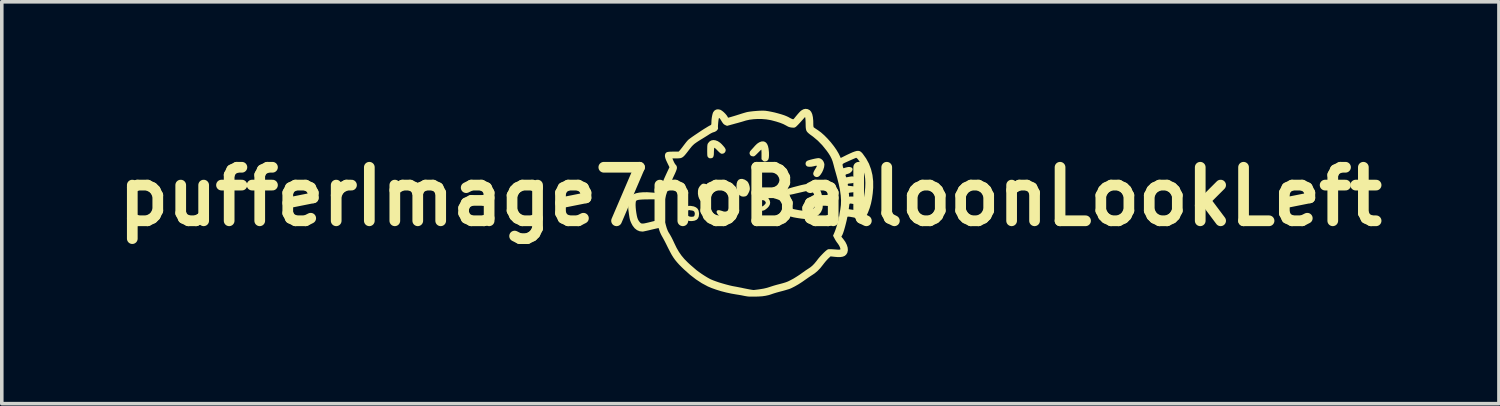
<source format=kicad_pcb>
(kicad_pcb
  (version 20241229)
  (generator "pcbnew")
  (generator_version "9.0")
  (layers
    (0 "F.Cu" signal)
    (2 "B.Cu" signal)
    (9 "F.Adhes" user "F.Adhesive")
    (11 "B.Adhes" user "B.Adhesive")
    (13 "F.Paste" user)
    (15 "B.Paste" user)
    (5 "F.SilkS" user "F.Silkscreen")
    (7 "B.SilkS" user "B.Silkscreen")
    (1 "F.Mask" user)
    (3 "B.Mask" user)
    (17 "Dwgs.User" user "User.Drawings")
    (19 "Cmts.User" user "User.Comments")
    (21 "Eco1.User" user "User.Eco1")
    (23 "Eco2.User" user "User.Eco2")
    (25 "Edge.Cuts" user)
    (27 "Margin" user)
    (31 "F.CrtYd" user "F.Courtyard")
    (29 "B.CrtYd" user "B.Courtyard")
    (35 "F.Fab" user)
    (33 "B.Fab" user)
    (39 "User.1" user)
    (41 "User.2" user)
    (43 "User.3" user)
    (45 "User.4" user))
  (footprint "pufferImage7noBalloonLookLeft"
    (layer "F.Cu")
    (at 17.979 2.459)
    (property "Reference" "pufferImage7noBalloonLookLeft" (at 0 0 0) (layer "F.SilkS") (effects (font (size 1.5 1.5) (thickness 0.3))))
    (attr board_only exclude_from_pos_files exclude_from_bom)
    (fp_poly (pts (xy -0.223 -0.495) (xy -0.155 -0.473) (xy -0.092 -0.431) (xy -0.086 -0.425) (xy -0.061 -0.392) (xy -0.039 -0.344) (xy -0.023 -0.29) (xy -0.015 -0.237) (xy -0.016 -0.199) (xy -0.027 -0.157) (xy -0.048 -0.109) (xy -0.072 -0.064) (xy -0.097 -0.031) (xy -0.101 -0.027) (xy -0.137 -0.007) (xy -0.185 0.001) (xy -0.234 -0.002) (xy -0.265 -0.013) (xy -0.313 -0.048) (xy -0.35 -0.102) (xy -0.375 -0.171) (xy -0.388 -0.253) (xy -0.39 -0.297) (xy -0.383 -0.37) (xy -0.364 -0.428) (xy -0.332 -0.469) (xy -0.288 -0.492) (xy -0.235 -0.496)) (stroke (width 0) (type solid)) (fill yes) (layer "F.SilkS"))
    (fp_poly (pts (xy -1.251 -0.353) (xy -1.205 -0.326) (xy -1.165 -0.278) (xy -1.135 -0.226) (xy -1.116 -0.185) (xy -1.105 -0.152) (xy -1.1 -0.117) (xy -1.098 -0.07) (xy -1.098 -0.056) (xy -1.099 -0.007) (xy -1.102 0.026) (xy -1.11 0.051) (xy -1.122 0.074) (xy -1.128 0.082) (xy -1.172 0.131) (xy -1.222 0.163) (xy -1.275 0.176) (xy -1.327 0.17) (xy -1.361 0.153) (xy -1.4 0.116) (xy -1.433 0.062) (xy -1.457 -0.002) (xy -1.469 -0.072) (xy -1.47 -0.084) (xy -1.469 -0.158) (xy -1.458 -0.218) (xy -1.433 -0.269) (xy -1.399 -0.311) (xy -1.37 -0.34) (xy -1.348 -0.355) (xy -1.324 -0.361) (xy -1.302 -0.362)) (stroke (width 0) (type solid)) (fill yes) (layer "F.SilkS"))
    (fp_poly (pts (xy -0.487 0.331) (xy -0.48 0.334) (xy -0.448 0.358) (xy -0.431 0.393) (xy -0.431 0.433) (xy -0.448 0.473) (xy -0.456 0.483) (xy -0.474 0.499) (xy -0.505 0.52) (xy -0.543 0.543) (xy -0.545 0.544) (xy -0.589 0.566) (xy -0.626 0.579) (xy -0.667 0.586) (xy -0.701 0.588) (xy -0.753 0.589) (xy -0.792 0.584) (xy -0.824 0.574) (xy -0.831 0.571) (xy -0.865 0.548) (xy -0.899 0.516) (xy -0.927 0.48) (xy -0.944 0.447) (xy -0.948 0.429) (xy -0.939 0.399) (xy -0.915 0.383) (xy -0.874 0.381) (xy -0.819 0.395) (xy -0.8 0.401) (xy -0.745 0.419) (xy -0.701 0.422) (xy -0.66 0.411) (xy -0.619 0.387) (xy -0.574 0.358) (xy -0.542 0.339) (xy -0.52 0.329) (xy -0.503 0.327)) (stroke (width 0) (type solid)) (fill yes) (layer "F.SilkS"))
    (fp_poly (pts (xy 1.925 -1.078) (xy 1.978 -1.059) (xy 2.022 -1.022) (xy 2.054 -0.973) (xy 2.072 -0.917) (xy 2.074 -0.892) (xy 2.066 -0.826) (xy 2.043 -0.753) (xy 2.01 -0.68) (xy 1.967 -0.614) (xy 1.936 -0.578) (xy 1.897 -0.552) (xy 1.854 -0.546) (xy 1.812 -0.559) (xy 1.791 -0.576) (xy 1.768 -0.608) (xy 1.761 -0.644) (xy 1.771 -0.687) (xy 1.798 -0.74) (xy 1.812 -0.763) (xy 1.835 -0.8) (xy 1.853 -0.832) (xy 1.862 -0.852) (xy 1.862 -0.855) (xy 1.861 -0.862) (xy 1.853 -0.865) (xy 1.836 -0.864) (xy 1.806 -0.857) (xy 1.758 -0.846) (xy 1.709 -0.837) (xy 1.658 -0.835) (xy 1.614 -0.839) (xy 1.585 -0.849) (xy 1.557 -0.878) (xy 1.546 -0.915) (xy 1.552 -0.955) (xy 1.576 -0.991) (xy 1.58 -0.995) (xy 1.601 -1.006) (xy 1.638 -1.02) (xy 1.688 -1.034) (xy 1.743 -1.048) (xy 1.8 -1.061) (xy 1.852 -1.071) (xy 1.895 -1.077) (xy 1.924 -1.078)) (stroke (width 0) (type solid)) (fill yes) (layer "F.SilkS"))
    (fp_poly (pts (xy 0.394 -1.539) (xy 0.436 -1.515) (xy 0.468 -1.475) (xy 0.493 -1.418) (xy 0.51 -1.343) (xy 0.52 -1.248) (xy 0.521 -1.231) (xy 0.522 -1.15) (xy 0.517 -1.088) (xy 0.505 -1.043) (xy 0.483 -1.012) (xy 0.452 -0.993) (xy 0.42 -0.985) (xy 0.391 -0.983) (xy 0.369 -0.992) (xy 0.346 -1.012) (xy 0.312 -1.046) (xy 0.312 -1.181) (xy 0.312 -1.233) (xy 0.31 -1.275) (xy 0.309 -1.305) (xy 0.306 -1.316) (xy 0.306 -1.316) (xy 0.297 -1.308) (xy 0.275 -1.288) (xy 0.244 -1.257) (xy 0.208 -1.221) (xy 0.167 -1.18) (xy 0.138 -1.153) (xy 0.116 -1.136) (xy 0.097 -1.128) (xy 0.079 -1.126) (xy 0.076 -1.126) (xy 0.03 -1.135) (xy -0.003 -1.159) (xy -0.021 -1.197) (xy -0.022 -1.215) (xy -0.019 -1.243) (xy -0.007 -1.269) (xy 0.018 -1.299) (xy 0.025 -1.307) (xy 0.057 -1.342) (xy 0.095 -1.384) (xy 0.129 -1.423) (xy 0.187 -1.48) (xy 0.247 -1.52) (xy 0.306 -1.543) (xy 0.362 -1.547)) (stroke (width 0) (type solid)) (fill yes) (layer "F.SilkS"))
    (fp_poly (pts (xy -1.674 0.261) (xy -1.664 0.262) (xy -1.584 0.276) (xy -1.523 0.303) (xy -1.478 0.342) (xy -1.451 0.395) (xy -1.439 0.463) (xy -1.438 0.486) (xy -1.446 0.557) (xy -1.469 0.611) (xy -1.507 0.65) (xy -1.563 0.675) (xy -1.625 0.685) (xy -1.667 0.687) (xy -1.705 0.684) (xy -1.723 0.682) (xy -1.792 0.654) (xy -1.846 0.614) (xy -1.885 0.563) (xy -1.904 0.504) (xy -1.905 0.491) (xy -1.783 0.491) (xy -1.771 0.52) (xy -1.764 0.527) (xy -1.719 0.555) (xy -1.663 0.567) (xy -1.604 0.563) (xy -1.597 0.562) (xy -1.574 0.544) (xy -1.562 0.519) (xy -1.557 0.469) (xy -1.568 0.429) (xy -1.595 0.402) (xy -1.635 0.39) (xy -1.641 0.39) (xy -1.676 0.386) (xy -1.699 0.38) (xy -1.727 0.379) (xy -1.751 0.395) (xy -1.77 0.423) (xy -1.782 0.457) (xy -1.783 0.491) (xy -1.905 0.491) (xy -1.907 0.475) (xy -1.9 0.421) (xy -1.876 0.373) (xy -1.842 0.331) (xy -1.801 0.292) (xy -1.764 0.27) (xy -1.724 0.26)) (stroke (width 0) (type solid)) (fill yes) (layer "F.SilkS"))
    (fp_poly (pts (xy -0.979 -1.577) (xy -0.914 -1.553) (xy -0.85 -1.511) (xy -0.806 -1.471) (xy -0.755 -1.415) (xy -0.719 -1.371) (xy -0.699 -1.335) (xy -0.691 -1.306) (xy -0.691 -1.302) (xy -0.701 -1.259) (xy -0.726 -1.225) (xy -0.762 -1.204) (xy -0.803 -1.2) (xy -0.823 -1.205) (xy -0.843 -1.218) (xy -0.873 -1.243) (xy -0.908 -1.277) (xy -0.927 -1.296) (xy -0.96 -1.33) (xy -0.987 -1.354) (xy -1.005 -1.367) (xy -1.011 -1.368) (xy -1.015 -1.353) (xy -1.018 -1.322) (xy -1.021 -1.278) (xy -1.022 -1.247) (xy -1.024 -1.18) (xy -1.032 -1.133) (xy -1.046 -1.101) (xy -1.068 -1.083) (xy -1.1 -1.074) (xy -1.111 -1.073) (xy -1.145 -1.074) (xy -1.17 -1.087) (xy -1.182 -1.099) (xy -1.193 -1.111) (xy -1.2 -1.124) (xy -1.205 -1.142) (xy -1.208 -1.168) (xy -1.209 -1.207) (xy -1.21 -1.263) (xy -1.21 -1.292) (xy -1.209 -1.357) (xy -1.208 -1.404) (xy -1.205 -1.438) (xy -1.201 -1.462) (xy -1.194 -1.481) (xy -1.187 -1.494) (xy -1.147 -1.542) (xy -1.098 -1.572) (xy -1.041 -1.584)) (stroke (width 0) (type solid)) (fill yes) (layer "F.SilkS"))
    (fp_poly (pts (xy 0.387 -0.024) (xy 0.446 -0.003) (xy 0.496 0.036) (xy 0.511 0.055) (xy 0.544 0.115) (xy 0.555 0.173) (xy 0.543 0.23) (xy 0.509 0.285) (xy 0.479 0.317) (xy 0.444 0.347) (xy 0.409 0.372) (xy 0.385 0.385) (xy 0.343 0.396) (xy 0.29 0.4) (xy 0.236 0.398) (xy 0.191 0.389) (xy 0.184 0.387) (xy 0.128 0.359) (xy 0.091 0.325) (xy 0.072 0.282) (xy 0.067 0.241) (xy 0.183 0.241) (xy 0.202 0.261) (xy 0.24 0.273) (xy 0.292 0.278) (xy 0.326 0.276) (xy 0.351 0.268) (xy 0.377 0.248) (xy 0.39 0.236) (xy 0.42 0.204) (xy 0.432 0.178) (xy 0.428 0.154) (xy 0.41 0.129) (xy 0.391 0.112) (xy 0.367 0.103) (xy 0.331 0.099) (xy 0.321 0.099) (xy 0.282 0.1) (xy 0.252 0.105) (xy 0.241 0.11) (xy 0.225 0.13) (xy 0.208 0.161) (xy 0.193 0.195) (xy 0.184 0.225) (xy 0.183 0.241) (xy 0.067 0.241) (xy 0.067 0.236) (xy 0.073 0.197) (xy 0.089 0.151) (xy 0.113 0.105) (xy 0.14 0.064) (xy 0.168 0.031) (xy 0.195 0.013) (xy 0.206 0.011) (xy 0.219 0.007) (xy 0.246 -0.004) (xy 0.264 -0.012) (xy 0.324 -0.028)) (stroke (width 0) (type solid)) (fill yes) (layer "F.SilkS"))
    (fp_poly (pts (xy 1.698 -0.359) (xy 1.743 -0.353) (xy 1.784 -0.34) (xy 1.823 -0.321) (xy 1.861 -0.297) (xy 1.876 -0.286) (xy 1.924 -0.238) (xy 1.963 -0.17) (xy 1.993 -0.084) (xy 2.014 0.019) (xy 2.025 0.138) (xy 2.026 0.152) (xy 2.028 0.217) (xy 2.028 0.266) (xy 2.026 0.303) (xy 2.02 0.335) (xy 2.012 0.362) (xy 1.978 0.435) (xy 1.924 0.5) (xy 1.851 0.555) (xy 1.762 0.599) (xy 1.707 0.618) (xy 1.673 0.626) (xy 1.639 0.631) (xy 1.601 0.633) (xy 1.555 0.631) (xy 1.495 0.625) (xy 1.419 0.616) (xy 1.405 0.614) (xy 1.299 0.598) (xy 1.213 0.582) (xy 1.146 0.565) (xy 1.096 0.546) (xy 1.061 0.525) (xy 1.039 0.499) (xy 1.028 0.47) (xy 1.026 0.447) (xy 1.031 0.406) (xy 1.05 0.376) (xy 1.053 0.373) (xy 1.08 0.352) (xy 1.11 0.341) (xy 1.149 0.34) (xy 1.2 0.348) (xy 1.229 0.355) (xy 1.278 0.365) (xy 1.34 0.377) (xy 1.408 0.388) (xy 1.467 0.396) (xy 1.526 0.403) (xy 1.569 0.407) (xy 1.6 0.408) (xy 1.623 0.406) (xy 1.645 0.401) (xy 1.671 0.392) (xy 1.676 0.39) (xy 1.717 0.371) (xy 1.754 0.348) (xy 1.772 0.334) (xy 1.788 0.315) (xy 1.799 0.295) (xy 1.806 0.268) (xy 1.81 0.226) (xy 1.812 0.207) (xy 1.813 0.108) (xy 1.801 0.011) (xy 1.778 -0.076) (xy 1.776 -0.081) (xy 1.75 -0.119) (xy 1.711 -0.149) (xy 1.666 -0.165) (xy 1.648 -0.167) (xy 1.629 -0.165) (xy 1.592 -0.158) (xy 1.542 -0.148) (xy 1.484 -0.135) (xy 1.45 -0.127) (xy 1.351 -0.104) (xy 1.271 -0.086) (xy 1.209 -0.071) (xy 1.161 -0.061) (xy 1.126 -0.054) (xy 1.1 -0.05) (xy 1.083 -0.048) (xy 1.07 -0.049) (xy 1.061 -0.051) (xy 1.052 -0.054) (xy 1.049 -0.056) (xy 1.016 -0.079) (xy 1 -0.112) (xy 0.998 -0.15) (xy 1.013 -0.185) (xy 1.042 -0.212) (xy 1.054 -0.218) (xy 1.081 -0.228) (xy 1.122 -0.241) (xy 1.171 -0.255) (xy 1.195 -0.262) (xy 1.318 -0.294) (xy 1.422 -0.321) (xy 1.51 -0.34) (xy 1.583 -0.353) (xy 1.645 -0.359)) (stroke (width 0) (type solid)) (fill yes) (layer "F.SilkS"))
    (fp_poly (pts (xy 1.606 -2.451) (xy 1.662 -2.422) (xy 1.666 -2.419) (xy 1.704 -2.375) (xy 1.733 -2.311) (xy 1.752 -2.227) (xy 1.762 -2.125) (xy 1.763 -2.061) (xy 1.764 -2) (xy 1.768 -1.961) (xy 1.775 -1.941) (xy 1.776 -1.94) (xy 1.79 -1.93) (xy 1.819 -1.91) (xy 1.858 -1.884) (xy 1.893 -1.861) (xy 1.98 -1.797) (xy 2.071 -1.717) (xy 2.163 -1.624) (xy 2.253 -1.523) (xy 2.336 -1.418) (xy 2.41 -1.313) (xy 2.47 -1.212) (xy 2.494 -1.164) (xy 2.532 -1.082) (xy 2.596 -1.114) (xy 2.702 -1.167) (xy 2.792 -1.209) (xy 2.866 -1.242) (xy 2.927 -1.264) (xy 2.977 -1.278) (xy 3.018 -1.282) (xy 3.053 -1.277) (xy 3.082 -1.264) (xy 3.11 -1.243) (xy 3.137 -1.214) (xy 3.148 -1.202) (xy 3.245 -1.065) (xy 3.323 -0.921) (xy 3.381 -0.767) (xy 3.421 -0.604) (xy 3.441 -0.431) (xy 3.442 -0.247) (xy 3.429 -0.09) (xy 3.408 0.061) (xy 3.38 0.195) (xy 3.345 0.318) (xy 3.301 0.435) (xy 3.284 0.474) (xy 3.247 0.543) (xy 3.206 0.592) (xy 3.16 0.62) (xy 3.106 0.63) (xy 3.044 0.622) (xy 3.035 0.619) (xy 2.96 0.6) (xy 2.883 0.583) (xy 2.812 0.57) (xy 2.774 0.564) (xy 2.742 0.562) (xy 2.725 0.564) (xy 2.718 0.575) (xy 2.716 0.583) (xy 2.696 0.677) (xy 2.673 0.77) (xy 2.65 0.858) (xy 2.627 0.938) (xy 2.605 1.006) (xy 2.585 1.058) (xy 2.573 1.083) (xy 2.55 1.124) (xy 2.603 1.189) (xy 2.662 1.271) (xy 2.703 1.353) (xy 2.727 1.432) (xy 2.732 1.505) (xy 2.718 1.57) (xy 2.711 1.585) (xy 2.682 1.63) (xy 2.642 1.663) (xy 2.59 1.684) (xy 2.523 1.695) (xy 2.44 1.695) (xy 2.368 1.689) (xy 2.247 1.676) (xy 2.181 1.738) (xy 2.147 1.774) (xy 2.105 1.821) (xy 2.063 1.873) (xy 2.037 1.907) (xy 1.96 2.004) (xy 1.884 2.083) (xy 1.806 2.149) (xy 1.742 2.192) (xy 1.694 2.223) (xy 1.638 2.261) (xy 1.581 2.301) (xy 1.555 2.319) (xy 1.451 2.392) (xy 1.347 2.459) (xy 1.247 2.516) (xy 1.155 2.563) (xy 1.112 2.582) (xy 1.078 2.594) (xy 1.028 2.609) (xy 0.968 2.627) (xy 0.903 2.645) (xy 0.872 2.653) (xy 0.804 2.671) (xy 0.735 2.69) (xy 0.672 2.709) (xy 0.622 2.725) (xy 0.607 2.731) (xy 0.518 2.76) (xy 0.428 2.78) (xy 0.333 2.794) (xy 0.225 2.801) (xy 0.156 2.803) (xy 0.093 2.803) (xy 0.035 2.804) (xy -0.014 2.803) (xy -0.047 2.802) (xy -0.056 2.802) (xy -0.084 2.798) (xy -0.127 2.791) (xy -0.177 2.782) (xy -0.201 2.777) (xy -0.261 2.765) (xy -0.325 2.754) (xy -0.383 2.745) (xy -0.396 2.743) (xy -0.534 2.719) (xy -0.678 2.688) (xy -0.822 2.651) (xy -0.96 2.608) (xy -1.087 2.563) (xy -1.198 2.516) (xy -1.2 2.514) (xy -1.361 2.428) (xy -1.524 2.321) (xy -1.69 2.193) (xy -1.858 2.043) (xy -1.93 1.974) (xy -1.999 1.904) (xy -2.057 1.839) (xy -2.109 1.776) (xy -2.156 1.71) (xy -2.202 1.637) (xy -2.248 1.553) (xy -2.299 1.454) (xy -2.326 1.4) (xy -2.36 1.331) (xy -2.394 1.264) (xy -2.426 1.204) (xy -2.453 1.154) (xy -2.473 1.119) (xy -2.475 1.116) (xy -2.502 1.066) (xy -2.528 1.009) (xy -2.545 0.965) (xy -2.557 0.927) (xy -2.566 0.897) (xy -2.572 0.883) (xy -2.572 0.882) (xy -2.583 0.884) (xy -2.612 0.89) (xy -2.657 0.9) (xy -2.713 0.913) (xy -2.777 0.928) (xy -2.784 0.93) (xy -2.851 0.946) (xy -2.913 0.96) (xy -2.965 0.971) (xy -3.003 0.979) (xy -3.024 0.981) (xy -3.024 0.981) (xy -3.105 0.971) (xy -3.178 0.94) (xy -3.243 0.888) (xy -3.299 0.816) (xy -3.333 0.754) (xy -3.351 0.715) (xy -3.365 0.679) (xy -3.377 0.64) (xy -3.387 0.593) (xy -3.397 0.532) (xy -3.403 0.491) (xy -3.419 0.368) (xy -3.426 0.265) (xy -3.426 0.236) (xy -3.217 0.236) (xy -3.214 0.304) (xy -3.207 0.379) (xy -3.196 0.457) (xy -3.182 0.535) (xy -3.167 0.596) (xy -3.149 0.644) (xy -3.126 0.684) (xy -3.1 0.717) (xy -3.082 0.736) (xy -3.063 0.749) (xy -3.04 0.756) (xy -3.01 0.756) (xy -2.969 0.751) (xy -2.913 0.739) (xy -2.84 0.722) (xy -2.834 0.72) (xy -2.776 0.706) (xy -2.724 0.693) (xy -2.682 0.683) (xy -2.655 0.677) (xy -2.651 0.676) (xy -2.621 0.669) (xy -2.627 0.477) (xy -2.629 0.404) (xy -2.629 0.33) (xy -2.628 0.263) (xy -2.407 0.263) (xy -2.407 0.331) (xy -2.406 0.418) (xy -2.406 0.418) (xy -2.404 0.502) (xy -2.402 0.567) (xy -2.4 0.618) (xy -2.397 0.66) (xy -2.392 0.697) (xy -2.385 0.732) (xy -2.376 0.77) (xy -2.366 0.808) (xy -2.344 0.884) (xy -2.32 0.947) (xy -2.298 0.993) (xy -2.295 0.998) (xy -2.249 1.073) (xy -2.209 1.145) (xy -2.171 1.221) (xy -2.131 1.307) (xy -2.068 1.437) (xy -2.002 1.551) (xy -1.931 1.653) (xy -1.85 1.75) (xy -1.756 1.845) (xy -1.706 1.892) (xy -1.653 1.939) (xy -1.6 1.984) (xy -1.553 2.025) (xy -1.514 2.058) (xy -1.498 2.071) (xy -1.433 2.119) (xy -1.36 2.17) (xy -1.283 2.22) (xy -1.208 2.266) (xy -1.142 2.303) (xy -1.11 2.319) (xy -1.049 2.345) (xy -0.971 2.374) (xy -0.882 2.405) (xy -0.785 2.434) (xy -0.687 2.462) (xy -0.592 2.487) (xy -0.506 2.507) (xy -0.463 2.515) (xy -0.392 2.528) (xy -0.316 2.543) (xy -0.243 2.557) (xy -0.184 2.57) (xy -0.104 2.586) (xy -0.027 2.601) (xy 0.039 2.612) (xy 0.086 2.619) (xy 0.102 2.618) (xy 0.135 2.614) (xy 0.182 2.608) (xy 0.238 2.601) (xy 0.263 2.597) (xy 0.373 2.579) (xy 0.466 2.557) (xy 0.533 2.536) (xy 0.591 2.517) (xy 0.66 2.495) (xy 0.73 2.475) (xy 0.775 2.463) (xy 0.837 2.447) (xy 0.901 2.43) (xy 0.958 2.413) (xy 0.993 2.402) (xy 1.053 2.379) (xy 1.125 2.343) (xy 1.206 2.3) (xy 1.289 2.249) (xy 1.371 2.196) (xy 1.436 2.15) (xy 1.488 2.113) (xy 1.543 2.074) (xy 1.594 2.04) (xy 1.619 2.024) (xy 1.683 1.981) (xy 1.738 1.935) (xy 1.791 1.881) (xy 1.846 1.815) (xy 1.874 1.778) (xy 1.914 1.727) (xy 1.961 1.673) (xy 2.01 1.621) (xy 2.058 1.572) (xy 2.103 1.53) (xy 2.142 1.498) (xy 2.171 1.48) (xy 2.179 1.477) (xy 2.204 1.474) (xy 2.244 1.474) (xy 2.293 1.476) (xy 2.323 1.478) (xy 2.395 1.483) (xy 2.447 1.487) (xy 2.483 1.488) (xy 2.506 1.486) (xy 2.518 1.482) (xy 2.523 1.474) (xy 2.523 1.464) (xy 2.522 1.461) (xy 2.511 1.422) (xy 2.488 1.374) (xy 2.455 1.323) (xy 2.436 1.298) (xy 2.411 1.264) (xy 2.383 1.22) (xy 2.358 1.175) (xy 2.358 1.174) (xy 2.317 1.097) (xy 2.362 0.992) (xy 2.384 0.934) (xy 2.408 0.863) (xy 2.432 0.783) (xy 2.455 0.702) (xy 2.473 0.626) (xy 2.487 0.561) (xy 2.492 0.53) (xy 2.497 0.495) (xy 2.505 0.446) (xy 2.515 0.39) (xy 2.522 0.351) (xy 2.537 0.234) (xy 2.541 0.106) (xy 2.532 -0.032) (xy 2.511 -0.184) (xy 2.477 -0.35) (xy 2.43 -0.533) (xy 2.414 -0.59) (xy 2.393 -0.665) (xy 2.371 -0.741) (xy 2.351 -0.814) (xy 2.335 -0.877) (xy 2.332 -0.888) (xy 2.584 -0.888) (xy 2.584 -0.884) (xy 2.59 -0.849) (xy 2.597 -0.821) (xy 2.608 -0.794) (xy 2.675 -0.814) (xy 2.736 -0.828) (xy 2.788 -0.828) (xy 2.828 -0.817) (xy 2.854 -0.797) (xy 2.865 -0.769) (xy 2.858 -0.735) (xy 2.831 -0.696) (xy 2.824 -0.688) (xy 2.775 -0.652) (xy 2.723 -0.634) (xy 2.687 -0.624) (xy 2.669 -0.611) (xy 2.667 -0.591) (xy 2.675 -0.566) (xy 2.685 -0.539) (xy 2.775 -0.555) (xy 2.819 -0.563) (xy 2.849 -0.566) (xy 2.872 -0.564) (xy 2.894 -0.556) (xy 2.916 -0.545) (xy 2.958 -0.518) (xy 2.982 -0.488) (xy 2.986 -0.458) (xy 2.985 -0.453) (xy 2.972 -0.437) (xy 2.947 -0.416) (xy 2.932 -0.405) (xy 2.897 -0.386) (xy 2.857 -0.375) (xy 2.806 -0.369) (xy 2.765 -0.365) (xy 2.741 -0.361) (xy 2.731 -0.354) (xy 2.729 -0.342) (xy 2.729 -0.335) (xy 2.732 -0.314) (xy 2.735 -0.306) (xy 2.746 -0.303) (xy 2.775 -0.3) (xy 2.816 -0.295) (xy 2.846 -0.292) (xy 2.895 -0.286) (xy 2.936 -0.279) (xy 2.965 -0.271) (xy 2.973 -0.267) (xy 2.996 -0.236) (xy 3.002 -0.2) (xy 2.992 -0.166) (xy 2.967 -0.14) (xy 2.957 -0.135) (xy 2.931 -0.129) (xy 2.891 -0.122) (xy 2.846 -0.117) (xy 2.84 -0.116) (xy 2.795 -0.112) (xy 2.77 -0.106) (xy 2.759 -0.1) (xy 2.759 -0.092) (xy 2.763 -0.07) (xy 2.765 -0.039) (xy 2.765 -0.038) (xy 2.765 0.001) (xy 2.829 -0.002) (xy 2.889 -0.000202) (xy 2.934 0.01) (xy 2.968 0.03) (xy 2.97 0.032) (xy 2.996 0.067) (xy 3.005 0.108) (xy 2.997 0.148) (xy 2.974 0.181) (xy 2.949 0.196) (xy 2.913 0.205) (xy 2.878 0.206) (xy 2.877 0.206) (xy 2.83 0.198) (xy 2.801 0.195) (xy 2.785 0.199) (xy 2.776 0.213) (xy 2.771 0.24) (xy 2.767 0.271) (xy 2.762 0.31) (xy 2.758 0.339) (xy 2.758 0.353) (xy 2.758 0.353) (xy 2.769 0.355) (xy 2.797 0.36) (xy 2.837 0.365) (xy 2.855 0.368) (xy 2.907 0.375) (xy 2.959 0.384) (xy 3 0.393) (xy 3.005 0.394) (xy 3.031 0.401) (xy 3.049 0.403) (xy 3.064 0.397) (xy 3.076 0.38) (xy 3.09 0.35) (xy 3.107 0.304) (xy 3.12 0.267) (xy 3.156 0.148) (xy 3.185 0.018) (xy 3.206 -0.117) (xy 3.218 -0.252) (xy 3.222 -0.382) (xy 3.217 -0.501) (xy 3.207 -0.58) (xy 3.194 -0.637) (xy 3.177 -0.702) (xy 3.156 -0.768) (xy 3.134 -0.831) (xy 3.113 -0.883) (xy 3.098 -0.914) (xy 3.054 -0.986) (xy 3.019 -1.038) (xy 2.991 -1.07) (xy 2.97 -1.085) (xy 2.962 -1.086) (xy 2.945 -1.079) (xy 2.912 -1.065) (xy 2.865 -1.045) (xy 2.81 -1.021) (xy 2.761 -0.999) (xy 2.697 -0.97) (xy 2.65 -0.949) (xy 2.618 -0.933) (xy 2.598 -0.92) (xy 2.588 -0.91) (xy 2.584 -0.9) (xy 2.584 -0.888) (xy 2.332 -0.888) (xy 2.325 -0.914) (xy 2.302 -0.994) (xy 2.273 -1.067) (xy 2.237 -1.138) (xy 2.19 -1.213) (xy 2.141 -1.282) (xy 2.018 -1.435) (xy 1.891 -1.566) (xy 1.759 -1.677) (xy 1.73 -1.698) (xy 1.668 -1.743) (xy 1.622 -1.781) (xy 1.589 -1.815) (xy 1.568 -1.851) (xy 1.557 -1.893) (xy 1.551 -1.944) (xy 1.549 -2.01) (xy 1.549 -2.018) (xy 1.548 -2.074) (xy 1.546 -2.126) (xy 1.543 -2.168) (xy 1.541 -2.189) (xy 1.533 -2.231) (xy 1.425 -2.109) (xy 1.383 -2.063) (xy 1.343 -2.02) (xy 1.308 -1.985) (xy 1.283 -1.961) (xy 1.278 -1.957) (xy 1.255 -1.941) (xy 1.235 -1.933) (xy 1.21 -1.931) (xy 1.173 -1.933) (xy 1.16 -1.934) (xy 1.115 -1.941) (xy 1.076 -1.952) (xy 1.035 -1.972) (xy 1.001 -1.991) (xy 0.927 -2.03) (xy 0.834 -2.067) (xy 0.724 -2.102) (xy 0.601 -2.135) (xy 0.556 -2.145) (xy 0.449 -2.163) (xy 0.332 -2.173) (xy 0.21 -2.175) (xy 0.09 -2.168) (xy -0.023 -2.154) (xy -0.122 -2.132) (xy -0.143 -2.126) (xy -0.191 -2.111) (xy -0.251 -2.093) (xy -0.315 -2.075) (xy -0.357 -2.063) (xy -0.418 -2.047) (xy -0.481 -2.029) (xy -0.538 -2.014) (xy -0.569 -2.005) (xy -0.654 -1.982) (xy -0.705 -2.004) (xy -0.734 -2.02) (xy -0.757 -2.04) (xy -0.78 -2.07) (xy -0.803 -2.106) (xy -0.833 -2.155) (xy -0.855 -2.186) (xy -0.87 -2.2) (xy -0.88 -2.199) (xy -0.885 -2.189) (xy -0.89 -2.163) (xy -0.896 -2.124) (xy -0.901 -2.077) (xy -0.905 -2.029) (xy -0.908 -1.986) (xy -0.909 -1.952) (xy -0.907 -1.935) (xy -0.906 -1.904) (xy -0.923 -1.871) (xy -0.953 -1.84) (xy -0.994 -1.816) (xy -1.037 -1.802) (xy -1.065 -1.792) (xy -1.104 -1.773) (xy -1.145 -1.749) (xy -1.148 -1.747) (xy -1.183 -1.724) (xy -1.231 -1.694) (xy -1.289 -1.658) (xy -1.35 -1.62) (xy -1.389 -1.597) (xy -1.462 -1.551) (xy -1.52 -1.512) (xy -1.567 -1.478) (xy -1.606 -1.443) (xy -1.642 -1.406) (xy -1.679 -1.361) (xy -1.71 -1.321) (xy -1.766 -1.248) (xy -1.812 -1.19) (xy -1.85 -1.146) (xy -1.883 -1.115) (xy -1.914 -1.094) (xy -1.947 -1.08) (xy -1.982 -1.074) (xy -2.025 -1.071) (xy -2.067 -1.07) (xy -2.185 -1.07) (xy -2.173 -1.04) (xy -2.158 -1.004) (xy -2.14 -0.965) (xy -2.121 -0.93) (xy -2.105 -0.904) (xy -2.094 -0.892) (xy -2.093 -0.892) (xy -2.083 -0.883) (xy -2.071 -0.86) (xy -2.067 -0.853) (xy -2.06 -0.831) (xy -2.058 -0.808) (xy -2.061 -0.781) (xy -2.071 -0.748) (xy -2.088 -0.703) (xy -2.113 -0.645) (xy -2.147 -0.573) (xy -2.203 -0.451) (xy -2.254 -0.333) (xy -2.299 -0.223) (xy -2.337 -0.122) (xy -2.366 -0.033) (xy -2.385 0.039) (xy -2.387 0.049) (xy -2.395 0.089) (xy -2.4 0.126) (xy -2.404 0.165) (xy -2.406 0.209) (xy -2.407 0.263) (xy -2.628 0.263) (xy -2.628 0.261) (xy -2.625 0.204) (xy -2.624 0.181) (xy -2.614 0.078) (xy -2.839 0.078) (xy -2.944 0.079) (xy -3.029 0.082) (xy -3.095 0.087) (xy -3.145 0.094) (xy -3.179 0.104) (xy -3.199 0.117) (xy -3.2 0.118) (xy -3.21 0.14) (xy -3.215 0.181) (xy -3.217 0.236) (xy -3.426 0.236) (xy -3.425 0.179) (xy -3.414 0.107) (xy -3.394 0.049) (xy -3.364 0.002) (xy -3.323 -0.036) (xy -3.273 -0.067) (xy -3.201 -0.094) (xy -3.111 -0.112) (xy -3.006 -0.121) (xy -2.889 -0.122) (xy -2.762 -0.113) (xy -2.749 -0.112) (xy -2.699 -0.108) (xy -2.653 -0.106) (xy -2.618 -0.108) (xy -2.615 -0.108) (xy -2.59 -0.112) (xy -2.575 -0.121) (xy -2.563 -0.139) (xy -2.55 -0.171) (xy -2.546 -0.182) (xy -2.521 -0.249) (xy -2.488 -0.331) (xy -2.45 -0.422) (xy -2.409 -0.518) (xy -2.366 -0.613) (xy -2.339 -0.671) (xy -2.268 -0.823) (xy -2.328 -0.946) (xy -2.362 -1.019) (xy -2.384 -1.078) (xy -2.394 -1.124) (xy -2.394 -1.163) (xy -2.386 -1.193) (xy -2.373 -1.218) (xy -2.354 -1.236) (xy -2.327 -1.248) (xy -2.287 -1.255) (xy -2.232 -1.259) (xy -2.16 -1.26) (xy -2.011 -1.26) (xy -1.977 -1.296) (xy -1.957 -1.32) (xy -1.928 -1.357) (xy -1.894 -1.401) (xy -1.866 -1.438) (xy -1.83 -1.485) (xy -1.794 -1.531) (xy -1.762 -1.568) (xy -1.744 -1.587) (xy -1.721 -1.607) (xy -1.682 -1.636) (xy -1.631 -1.673) (xy -1.57 -1.715) (xy -1.503 -1.76) (xy -1.433 -1.807) (xy -1.364 -1.853) (xy -1.297 -1.896) (xy -1.236 -1.933) (xy -1.186 -1.964) (xy -1.147 -1.986) (xy -1.129 -1.995) (xy -1.11 -2.004) (xy -1.099 -2.015) (xy -1.094 -2.033) (xy -1.092 -2.066) (xy -1.092 -2.084) (xy -1.089 -2.143) (xy -1.082 -2.207) (xy -1.071 -2.269) (xy -1.058 -2.322) (xy -1.044 -2.36) (xy -1.044 -2.361) (xy -1.009 -2.408) (xy -0.962 -2.437) (xy -0.908 -2.446) (xy -0.849 -2.435) (xy -0.837 -2.43) (xy -0.796 -2.406) (xy -0.75 -2.369) (xy -0.705 -2.325) (xy -0.666 -2.279) (xy -0.641 -2.241) (xy -0.625 -2.21) (xy -0.549 -2.23) (xy -0.509 -2.242) (xy -0.455 -2.258) (xy -0.393 -2.277) (xy -0.331 -2.297) (xy -0.329 -2.297) (xy -0.268 -2.317) (xy -0.207 -2.336) (xy -0.153 -2.352) (xy -0.113 -2.363) (xy -0.111 -2.364) (xy -0.068 -2.373) (xy -0.008 -2.382) (xy 0.065 -2.391) (xy 0.143 -2.398) (xy 0.223 -2.404) (xy 0.299 -2.407) (xy 0.356 -2.408) (xy 0.419 -2.405) (xy 0.497 -2.394) (xy 0.585 -2.377) (xy 0.679 -2.357) (xy 0.774 -2.332) (xy 0.865 -2.306) (xy 0.948 -2.279) (xy 1.018 -2.251) (xy 1.07 -2.226) (xy 1.109 -2.204) (xy 1.147 -2.185) (xy 1.168 -2.175) (xy 1.194 -2.167) (xy 1.21 -2.17) (xy 1.226 -2.188) (xy 1.227 -2.189) (xy 1.282 -2.257) (xy 1.332 -2.316) (xy 1.376 -2.365) (xy 1.411 -2.4) (xy 1.425 -2.411) (xy 1.485 -2.446) (xy 1.546 -2.459)) (stroke (width 0) (type solid)) (fill yes) (layer "F.SilkS")))
  (gr_rect
    (start -3 -3)
    (end 38.957 8.263)
    (stroke (width 0.1) (type default))
    (fill no)
    (layer "Edge.Cuts")))
</source>
